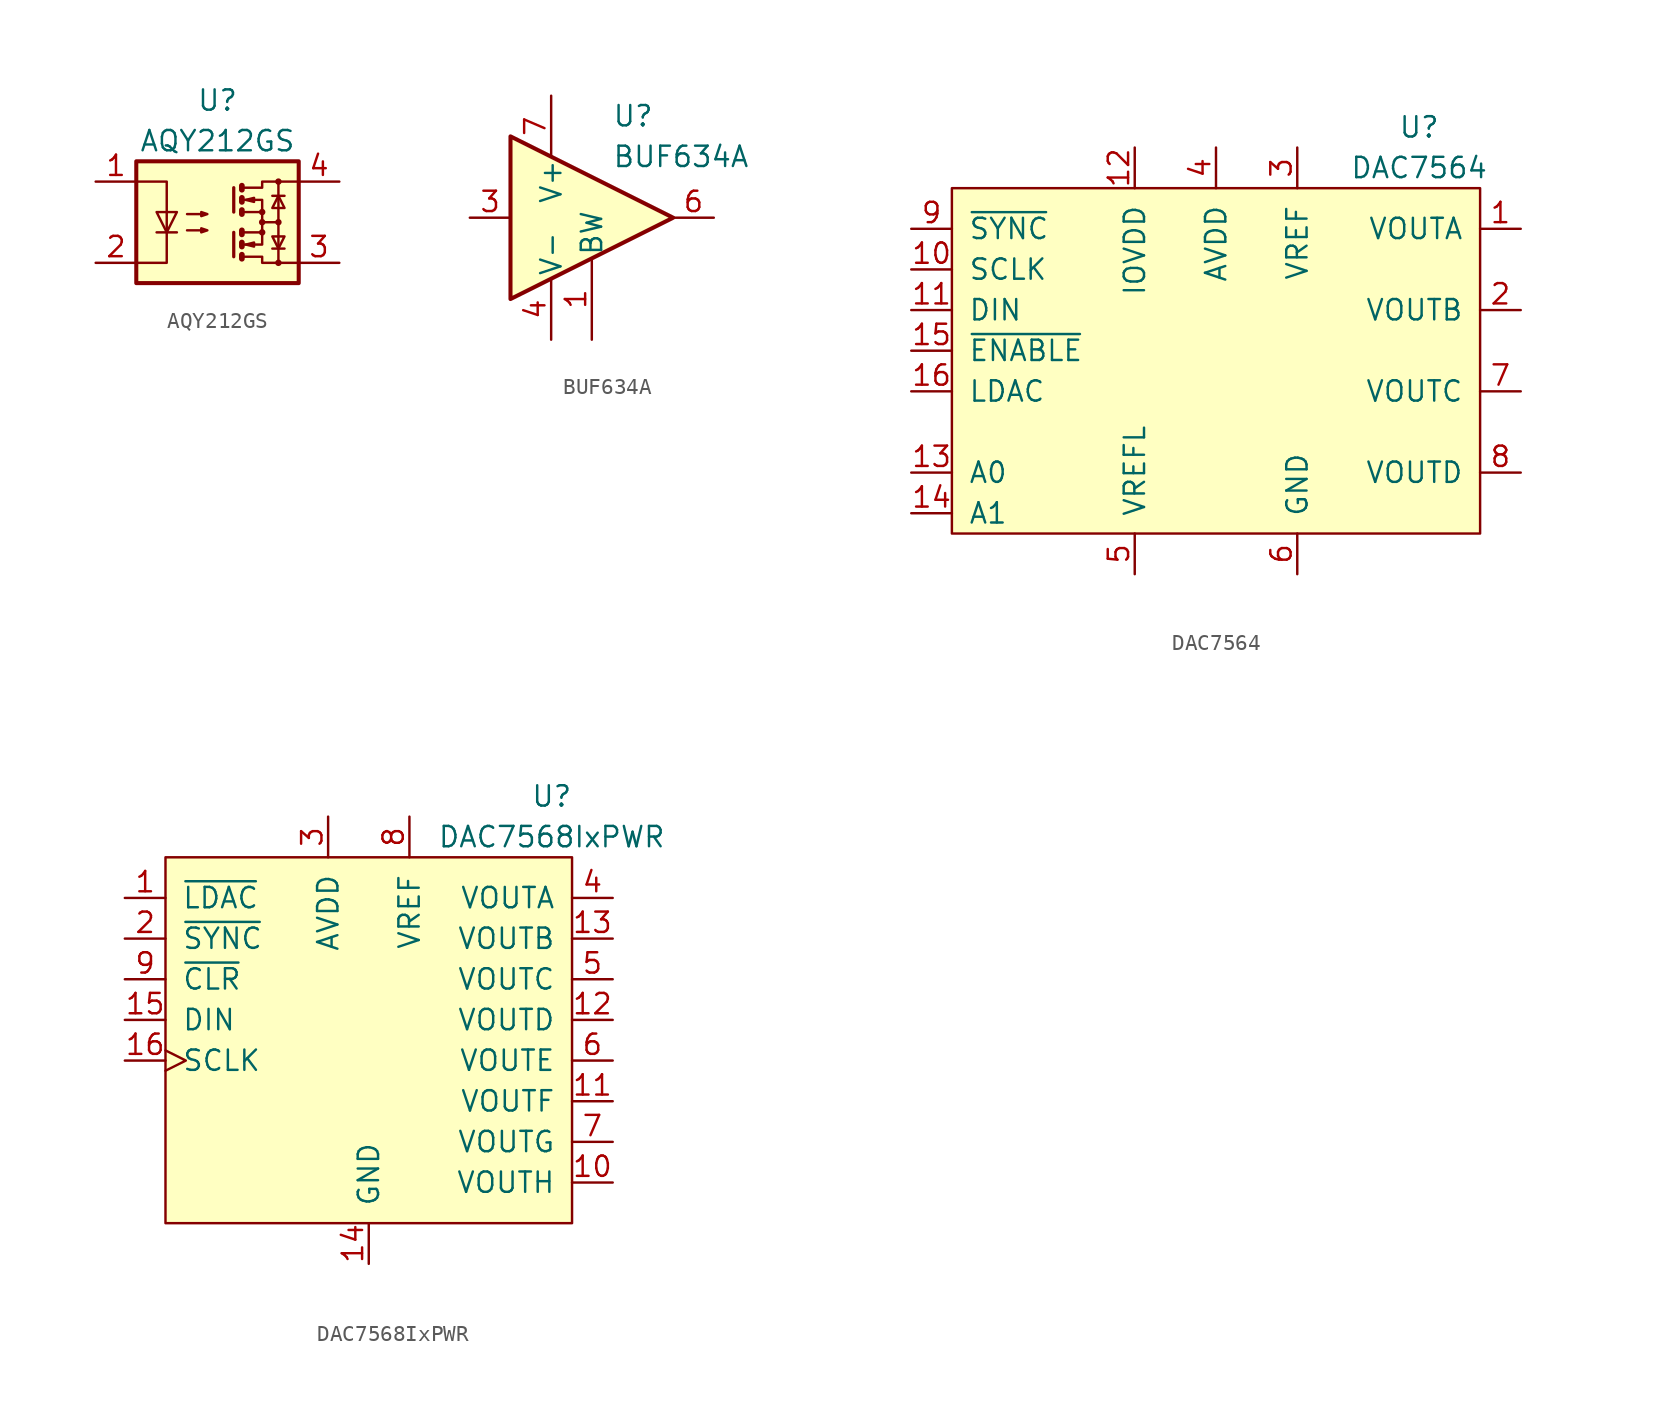
<source format=kicad_sym>
(kicad_symbol_lib
  (version 20220914)
  (generator kicad_symbol_editor)
  (symbol "AQY212GS"
    (pin_names
      (offset 1.016))
    (property "Reference" "U"
      (at 0 7.62 0)
      (effects (font (size 1.27 1.27))))
    (property "Value" "AQY212GS"
      (at 0 5.08 0)
      (effects (font (size 1.27 1.27))))
    (symbol "AQY212GS_1_1"
      (rectangle (start -5.08 3.81) (end 5.08 -3.81) (stroke (width 0.254) (type solid)) (fill (type background)))
      (polyline (pts (xy -3.81 -0.635) (xy -2.54 -0.635)) (stroke (width 0) (type solid)) (fill (type none)))
      (polyline (pts (xy 1.016 -0.635) (xy 1.016 -2.159)) (stroke (width 0.203) (type solid)) (fill (type none)))
      (polyline (pts (xy 1.016 2.159) (xy 1.016 0.635)) (stroke (width 0.203) (type solid)) (fill (type none)))
      (polyline (pts (xy 1.524 -0.508) (xy 1.524 -0.762)) (stroke (width 0.356) (type solid)) (fill (type none)))
      (polyline (pts (xy 2.794 0) (xy 3.81 0)) (stroke (width 0) (type solid)) (fill (type none)))
      (polyline (pts (xy 3.429 -1.651) (xy 4.191 -1.651)) (stroke (width 0) (type solid)) (fill (type none)))
      (polyline (pts (xy 3.429 1.651) (xy 4.191 1.651)) (stroke (width 0) (type solid)) (fill (type none)))
      (polyline (pts (xy 3.81 -2.54) (xy 3.81 2.54)) (stroke (width 0) (type solid)) (fill (type none)))
      (polyline (pts (xy 1.524 -2.032) (xy 1.524 -2.286) (xy 1.524 -2.286)) (stroke (width 0.356) (type solid)) (fill (type none)))
      (polyline (pts (xy 1.524 -1.27) (xy 1.524 -1.524) (xy 1.524 -1.524)) (stroke (width 0.356) (type solid)) (fill (type none)))
      (polyline (pts (xy 1.524 0.762) (xy 1.524 0.508) (xy 1.524 0.508)) (stroke (width 0.356) (type solid)) (fill (type none)))
      (polyline (pts (xy 1.524 1.524) (xy 1.524 1.27) (xy 1.524 1.27)) (stroke (width 0.356) (type solid)) (fill (type none)))
      (polyline (pts (xy 1.524 2.286) (xy 1.524 2.032) (xy 1.524 2.032)) (stroke (width 0.356) (type solid)) (fill (type none)))
      (polyline (pts (xy 1.651 -1.397) (xy 2.794 -1.397) (xy 2.794 -0.635)) (stroke (width 0) (type solid)) (fill (type none)))
      (polyline (pts (xy 1.651 1.397) (xy 2.794 1.397) (xy 2.794 0.635)) (stroke (width 0) (type solid)) (fill (type none)))
      (polyline (pts (xy -5.08 2.54) (xy -3.175 2.54) (xy -3.175 -2.54) (xy -5.08 -2.54)) (stroke (width 0) (type solid)) (fill (type none)))
      (polyline (pts (xy -3.175 -0.635) (xy -3.81 0.635) (xy -2.54 0.635) (xy -3.175 -0.635)) (stroke (width 0) (type solid)) (fill (type none)))
      (polyline (pts (xy 1.651 -2.159) (xy 2.794 -2.159) (xy 2.794 -2.54) (xy 5.08 -2.54)) (stroke (width 0) (type solid)) (fill (type none)))
      (polyline (pts (xy 1.651 -0.635) (xy 2.794 -0.635) (xy 2.794 0.635) (xy 1.651 0.635)) (stroke (width 0) (type solid)) (fill (type none)))
      (polyline (pts (xy 1.651 2.159) (xy 2.794 2.159) (xy 2.794 2.54) (xy 5.08 2.54)) (stroke (width 0) (type solid)) (fill (type none)))
      (polyline (pts (xy 1.778 -1.397) (xy 2.286 -1.27) (xy 2.286 -1.524) (xy 1.778 -1.397)) (stroke (width 0) (type solid)) (fill (type none)))
      (polyline (pts (xy 1.778 1.397) (xy 2.286 1.524) (xy 2.286 1.27) (xy 1.778 1.397)) (stroke (width 0) (type solid)) (fill (type none)))
      (polyline (pts (xy 3.81 -1.651) (xy 3.429 -0.889) (xy 4.191 -0.889) (xy 3.81 -1.651)) (stroke (width 0) (type solid)) (fill (type none)))
      (polyline (pts (xy 3.81 1.651) (xy 3.429 0.889) (xy 4.191 0.889) (xy 3.81 1.651)) (stroke (width 0) (type solid)) (fill (type none)))
      (polyline (pts (xy -1.905 -0.508) (xy -0.635 -0.508) (xy -1.016 -0.635) (xy -1.016 -0.381) (xy -0.635 -0.508)) (stroke (width 0) (type solid)) (fill (type none)))
      (polyline (pts (xy -1.905 0.508) (xy -0.635 0.508) (xy -1.016 0.381) (xy -1.016 0.635) (xy -0.635 0.508)) (stroke (width 0) (type solid)) (fill (type none)))
      (circle (center 2.794 -0.635) (radius 0.127) (stroke (width 0) (type solid)) (fill (type none)))
      (circle (center 2.794 0) (radius 0.127) (stroke (width 0) (type solid)) (fill (type none)))
      (circle (center 2.794 0.635) (radius 0.127) (stroke (width 0) (type solid)) (fill (type none)))
      (circle (center 3.81 -2.54) (radius 0.127) (stroke (width 0) (type solid)) (fill (type none)))
      (circle (center 3.81 0) (radius 0.127) (stroke (width 0) (type solid)) (fill (type none)))
      (circle (center 3.81 2.54) (radius 0.127) (stroke (width 0) (type solid)) (fill (type none)))
      (pin passive line (at -7.62 2.54 0) (length 2.54) (name "~" (effects (font (size 1.27 1.27)))) (number "1" (effects (font (size 1.27 1.27)))))
      (pin passive line (at -7.62 -2.54 0) (length 2.54) (name "~" (effects (font (size 1.27 1.27)))) (number "2" (effects (font (size 1.27 1.27)))))
      (pin passive line (at 7.62 -2.54 180) (length 2.54) (name "~" (effects (font (size 1.27 1.27)))) (number "3" (effects (font (size 1.27 1.27)))))
      (pin passive line (at 7.62 2.54 180) (length 2.54) (name "~" (effects (font (size 1.27 1.27)))) (number "4" (effects (font (size 1.27 1.27)))))))
  (symbol "BUF634A"
    (pin_names
      (offset 0.127))
    (property "Reference" "U"
      (at 1.27 6.35 0)
      (effects (font (size 1.27 1.27)) (justify left)))
    (property "Value" "BUF634A"
      (at 1.27 3.81 0)
      (effects (font (size 1.27 1.27)) (justify left)))
    (symbol "BUF634A_0_1"
      (polyline (pts (xy -5.08 5.08) (xy 5.08 0) (xy -5.08 -5.08) (xy -5.08 5.08)) (stroke (width 0.254) (type solid)) (fill (type background))))
    (symbol "BUF634A_1_1"
      (pin input line (at 0 -7.62 90) (length 5.08) (name "BW" (effects (font (size 1.27 1.27)))) (number "1" (effects (font (size 1.27 1.27)))))
      (pin no_connect non_logic (at 0 2.54 270) (length 0) hide (name "NC" (effects (font (size 0.508 0.508)))) (number "2" (effects (font (size 1.27 1.27)))))
      (pin input line (at -7.62 0 0) (length 2.54) (name "~" (effects (font (size 1.27 1.27)))) (number "3" (effects (font (size 1.27 1.27)))))
      (pin power_in line (at -2.54 -7.62 90) (length 3.81) (name "V-" (effects (font (size 1.27 1.27)))) (number "4" (effects (font (size 1.27 1.27)))))
      (pin no_connect non_logic (at 2.54 -1.27 90) (length 0) hide (name "NC" (effects (font (size 0.508 0.508)))) (number "5" (effects (font (size 1.27 1.27)))))
      (pin output line (at 7.62 0 180) (length 2.54) (name "~" (effects (font (size 1.27 1.27)))) (number "6" (effects (font (size 1.27 1.27)))))
      (pin power_in line (at -2.54 7.62 270) (length 3.81) (name "V+" (effects (font (size 1.27 1.27)))) (number "7" (effects (font (size 1.27 1.27)))))
      (pin no_connect non_logic (at 2.54 1.27 270) (length 0) hide (name "NC" (effects (font (size 0.508 0.508)))) (number "8" (effects (font (size 1.27 1.27)))))))
  (symbol "DAC7564"
    (pin_names
      (offset 1.016))
    (property "Reference" "U"
      (at 12.7 15.24 0)
      (effects (font (size 1.27 1.27))))
    (property "Value" "DAC7564"
      (at 12.7 12.7 0)
      (effects (font (size 1.27 1.27))))
    (symbol "DAC7564_0_1"
      (rectangle (start -16.51 11.43) (end 16.51 -10.16) (stroke (width 0) (type solid)) (fill (type background))))
    (symbol "DAC7564_1_1"
      (pin output line (at 19.05 8.89 180) (length 2.54) (name "VOUTA" (effects (font (size 1.27 1.27)))) (number "1" (effects (font (size 1.27 1.27)))))
      (pin input line (at -19.05 6.35 0) (length 2.54) (name "SCLK" (effects (font (size 1.27 1.27)))) (number "10" (effects (font (size 1.27 1.27)))))
      (pin input line (at -19.05 3.81 0) (length 2.54) (name "DIN" (effects (font (size 1.27 1.27)))) (number "11" (effects (font (size 1.27 1.27)))))
      (pin passive line (at -5.08 13.97 270) (length 2.54) (name "IOVDD" (effects (font (size 1.27 1.27)))) (number "12" (effects (font (size 1.27 1.27)))))
      (pin input line (at -19.05 -6.35 0) (length 2.54) (name "A0" (effects (font (size 1.27 1.27)))) (number "13" (effects (font (size 1.27 1.27)))))
      (pin input line (at -19.05 -8.89 0) (length 2.54) (name "A1" (effects (font (size 1.27 1.27)))) (number "14" (effects (font (size 1.27 1.27)))))
      (pin input line (at -19.05 1.27 0) (length 2.54) (name "~{ENABLE}" (effects (font (size 1.27 1.27)))) (number "15" (effects (font (size 1.27 1.27)))))
      (pin input line (at -19.05 -1.27 0) (length 2.54) (name "LDAC" (effects (font (size 1.27 1.27)))) (number "16" (effects (font (size 1.27 1.27)))))
      (pin output line (at 19.05 3.81 180) (length 2.54) (name "VOUTB" (effects (font (size 1.27 1.27)))) (number "2" (effects (font (size 1.27 1.27)))))
      (pin passive line (at 5.08 13.97 270) (length 2.54) (name "VREF" (effects (font (size 1.27 1.27)))) (number "3" (effects (font (size 1.27 1.27)))))
      (pin passive line (at 0 13.97 270) (length 2.54) (name "AVDD" (effects (font (size 1.27 1.27)))) (number "4" (effects (font (size 1.27 1.27)))))
      (pin passive line (at -5.08 -12.7 90) (length 2.54) (name "VREFL" (effects (font (size 1.27 1.27)))) (number "5" (effects (font (size 1.27 1.27)))))
      (pin passive line (at 5.08 -12.7 90) (length 2.54) (name "GND" (effects (font (size 1.27 1.27)))) (number "6" (effects (font (size 1.27 1.27)))))
      (pin output line (at 19.05 -1.27 180) (length 2.54) (name "VOUTC" (effects (font (size 1.27 1.27)))) (number "7" (effects (font (size 1.27 1.27)))))
      (pin output line (at 19.05 -6.35 180) (length 2.54) (name "VOUTD" (effects (font (size 1.27 1.27)))) (number "8" (effects (font (size 1.27 1.27)))))
      (pin input line (at -19.05 8.89 0) (length 2.54) (name "~{SYNC}" (effects (font (size 1.27 1.27)))) (number "9" (effects (font (size 1.27 1.27)))))))
  (symbol "DAC7568IxPWR"
    (pin_names
      (offset 1.016))
    (property "Reference" "U"
      (at 11.43 15.24 0)
      (effects (font (size 1.27 1.27))))
    (property "Value" "DAC7568IxPWR"
      (at 11.43 12.7 0)
      (effects (font (size 1.27 1.27))))
    (symbol "DAC7568IxPWR_0_1"
      (rectangle (start -12.7 11.43) (end 12.7 -11.43) (stroke (width 0) (type solid)) (fill (type background))))
    (symbol "DAC7568IxPWR_1_1"
      (pin input line (at -15.24 8.89 0) (length 2.54) (name "~{LDAC}" (effects (font (size 1.27 1.27)))) (number "1" (effects (font (size 1.27 1.27)))))
      (pin output line (at 15.24 -8.89 180) (length 2.54) (name "VOUTH" (effects (font (size 1.27 1.27)))) (number "10" (effects (font (size 1.27 1.27)))))
      (pin output line (at 15.24 -3.81 180) (length 2.54) (name "VOUTF" (effects (font (size 1.27 1.27)))) (number "11" (effects (font (size 1.27 1.27)))))
      (pin output line (at 15.24 1.27 180) (length 2.54) (name "VOUTD" (effects (font (size 1.27 1.27)))) (number "12" (effects (font (size 1.27 1.27)))))
      (pin output line (at 15.24 6.35 180) (length 2.54) (name "VOUTB" (effects (font (size 1.27 1.27)))) (number "13" (effects (font (size 1.27 1.27)))))
      (pin passive line (at 0 -13.97 90) (length 2.54) (name "GND" (effects (font (size 1.27 1.27)))) (number "14" (effects (font (size 1.27 1.27)))))
      (pin input line (at -15.24 1.27 0) (length 2.54) (name "DIN" (effects (font (size 1.27 1.27)))) (number "15" (effects (font (size 1.27 1.27)))))
      (pin input clock (at -15.24 -1.27 0) (length 2.54) (name "SCLK" (effects (font (size 1.27 1.27)))) (number "16" (effects (font (size 1.27 1.27)))))
      (pin input line (at -15.24 6.35 0) (length 2.54) (name "~{SYNC}" (effects (font (size 1.27 1.27)))) (number "2" (effects (font (size 1.27 1.27)))))
      (pin passive line (at -2.54 13.97 270) (length 2.54) (name "AVDD" (effects (font (size 1.27 1.27)))) (number "3" (effects (font (size 1.27 1.27)))))
      (pin output line (at 15.24 8.89 180) (length 2.54) (name "VOUTA" (effects (font (size 1.27 1.27)))) (number "4" (effects (font (size 1.27 1.27)))))
      (pin output line (at 15.24 3.81 180) (length 2.54) (name "VOUTC" (effects (font (size 1.27 1.27)))) (number "5" (effects (font (size 1.27 1.27)))))
      (pin output line (at 15.24 -1.27 180) (length 2.54) (name "VOUTE" (effects (font (size 1.27 1.27)))) (number "6" (effects (font (size 1.27 1.27)))))
      (pin output line (at 15.24 -6.35 180) (length 2.54) (name "VOUTG" (effects (font (size 1.27 1.27)))) (number "7" (effects (font (size 1.27 1.27)))))
      (pin passive line (at 2.54 13.97 270) (length 2.54) (name "VREF" (effects (font (size 1.27 1.27)))) (number "8" (effects (font (size 1.27 1.27)))))
      (pin input line (at -15.24 3.81 0) (length 2.54) (name "~{CLR}" (effects (font (size 1.27 1.27)))) (number "9" (effects (font (size 1.27 1.27))))))))
</source>
